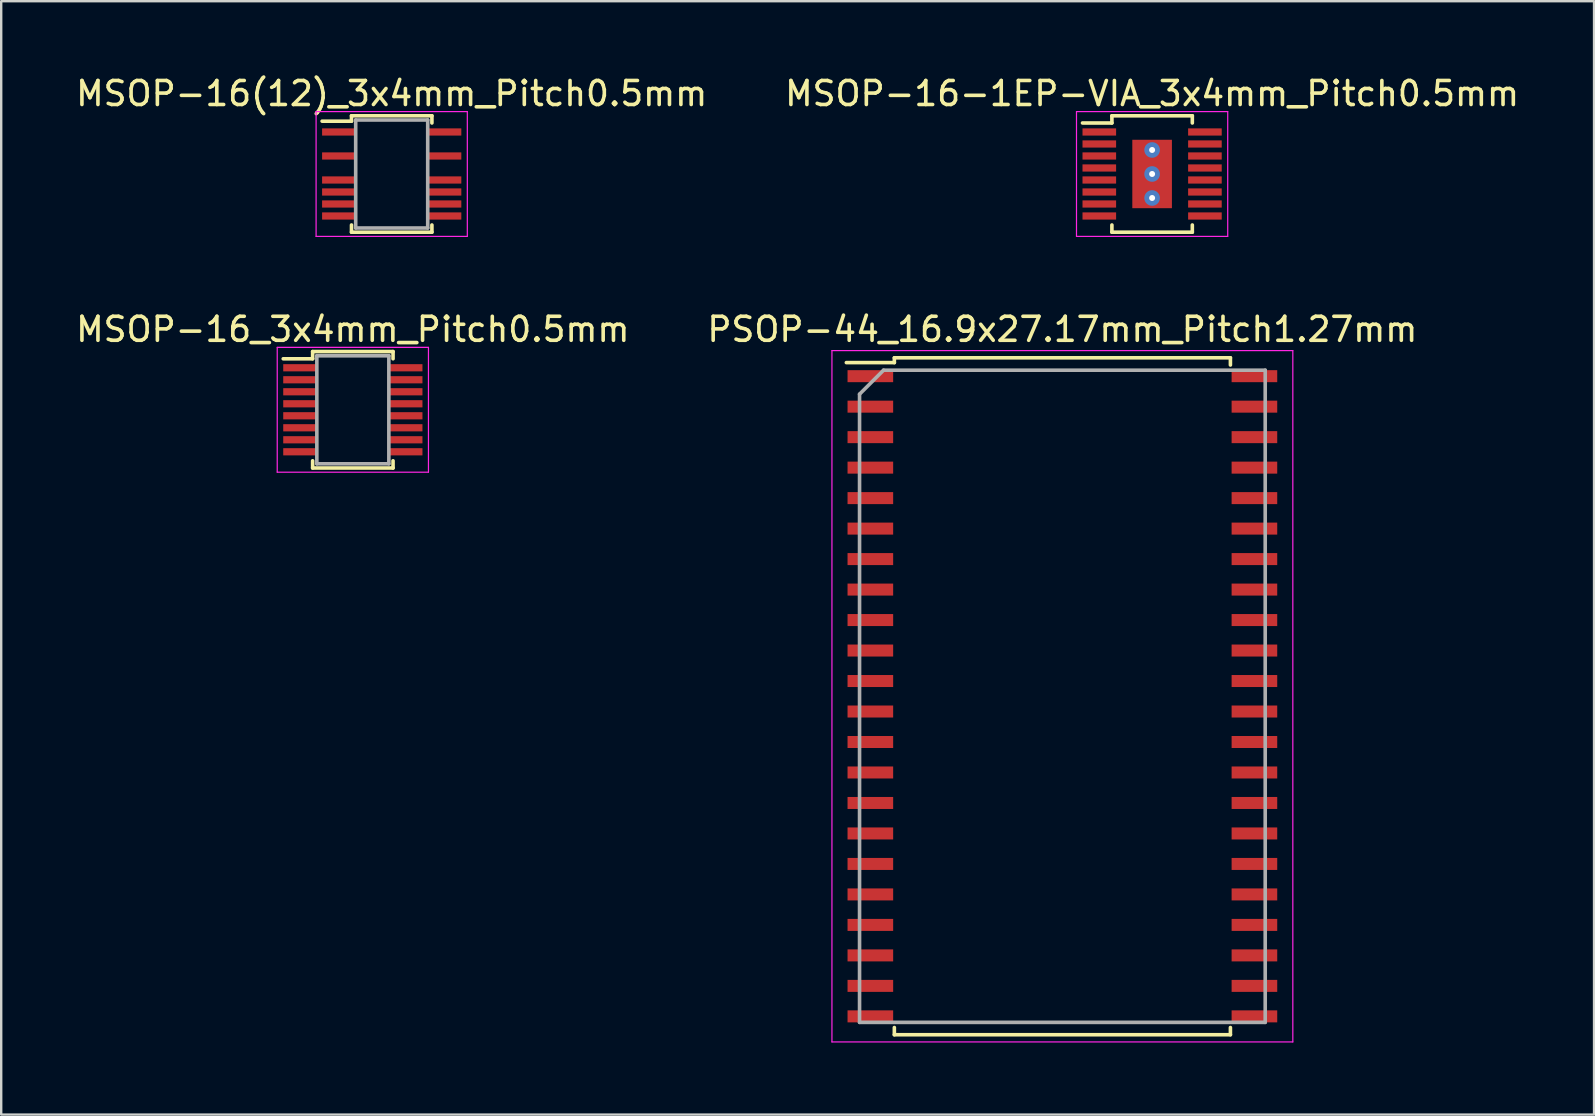
<source format=kicad_pcb>
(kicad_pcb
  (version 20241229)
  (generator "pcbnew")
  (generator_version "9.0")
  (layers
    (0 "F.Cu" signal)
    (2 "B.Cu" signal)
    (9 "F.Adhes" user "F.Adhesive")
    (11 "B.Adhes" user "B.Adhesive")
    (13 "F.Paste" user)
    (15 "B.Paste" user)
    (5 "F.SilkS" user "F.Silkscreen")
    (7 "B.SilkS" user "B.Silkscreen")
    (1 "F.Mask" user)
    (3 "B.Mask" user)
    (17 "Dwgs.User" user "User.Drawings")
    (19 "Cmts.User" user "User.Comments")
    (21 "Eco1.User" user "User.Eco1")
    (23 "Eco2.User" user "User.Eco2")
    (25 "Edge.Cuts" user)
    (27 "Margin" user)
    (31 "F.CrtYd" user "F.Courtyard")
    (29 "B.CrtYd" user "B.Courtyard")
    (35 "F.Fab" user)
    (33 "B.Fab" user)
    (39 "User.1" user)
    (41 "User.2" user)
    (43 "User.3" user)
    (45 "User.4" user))
  (footprint "MSOP-16(12)_3x4mm_Pitch0.5mm"
    (layer "F.Cu")
    (at 13.268 4.198)
    (property "Reference" "MSOP-16(12)_3x4mm_Pitch0.5mm" (at 0 -3.35 0) (layer "F.SilkS") (effects (font (size 1 1) (thickness 0.15))))
    (attr smd)
    (fp_line (start -1.675 -2.425) (end -1.675 -2.2) (stroke (width 0.15) (type solid)) (layer "F.SilkS"))
    (fp_line (start -1.675 -2.425) (end 1.675 -2.425) (stroke (width 0.15) (type solid)) (layer "F.SilkS"))
    (fp_line (start -1.675 -2.2) (end -2.9 -2.2) (stroke (width 0.15) (type solid)) (layer "F.SilkS"))
    (fp_line (start -1.675 2.425) (end -1.675 2.125) (stroke (width 0.15) (type solid)) (layer "F.SilkS"))
    (fp_line (start -1.675 2.425) (end 1.675 2.425) (stroke (width 0.15) (type solid)) (layer "F.SilkS"))
    (fp_line (start 1.675 -2.425) (end 1.675 -2.125) (stroke (width 0.15) (type solid)) (layer "F.SilkS"))
    (fp_line (start 1.675 2.425) (end 1.675 2.125) (stroke (width 0.15) (type solid)) (layer "F.SilkS"))
    (fp_line (start -3.15 -2.6) (end -3.15 2.6) (stroke (width 0.05) (type solid)) (layer "F.CrtYd"))
    (fp_line (start -3.15 -2.6) (end 3.15 -2.6) (stroke (width 0.05) (type solid)) (layer "F.CrtYd"))
    (fp_line (start -3.15 2.6) (end 3.15 2.6) (stroke (width 0.05) (type solid)) (layer "F.CrtYd"))
    (fp_line (start 3.15 -2.6) (end 3.15 2.6) (stroke (width 0.05) (type solid)) (layer "F.CrtYd"))
    (fp_line (start -1.5 -2.25) (end 1.5 -2.25) (stroke (width 0.15) (type solid)) (layer "F.Fab"))
    (fp_line (start -1.5 2.25) (end -1.5 -2.25) (stroke (width 0.15) (type solid)) (layer "F.Fab"))
    (fp_line (start 1.5 -2.25) (end 1.5 2.25) (stroke (width 0.15) (type solid)) (layer "F.Fab"))
    (fp_line (start 1.5 2.25) (end -1.5 2.25) (stroke (width 0.15) (type solid)) (layer "F.Fab"))
    (pad "1" smd rect (at -2.2 -1.75) (size 1.4 0.3) (layers "F.Cu" "F.Mask" "F.Paste"))
    (pad "3" smd rect (at -2.2 -0.75) (size 1.4 0.3) (layers "F.Cu" "F.Mask" "F.Paste"))
    (pad "5" smd rect (at -2.2 0.25) (size 1.4 0.3) (layers "F.Cu" "F.Mask" "F.Paste"))
    (pad "6" smd rect (at -2.2 0.75) (size 1.4 0.3) (layers "F.Cu" "F.Mask" "F.Paste"))
    (pad "7" smd rect (at -2.2 1.25) (size 1.4 0.3) (layers "F.Cu" "F.Mask" "F.Paste"))
    (pad "8" smd rect (at -2.2 1.75) (size 1.4 0.3) (layers "F.Cu" "F.Mask" "F.Paste"))
    (pad "9" smd rect (at 2.2 1.75) (size 1.4 0.3) (layers "F.Cu" "F.Mask" "F.Paste"))
    (pad "10" smd rect (at 2.2 1.25) (size 1.4 0.3) (layers "F.Cu" "F.Mask" "F.Paste"))
    (pad "11" smd rect (at 2.2 0.75) (size 1.4 0.3) (layers "F.Cu" "F.Mask" "F.Paste"))
    (pad "12" smd rect (at 2.2 0.25) (size 1.4 0.3) (layers "F.Cu" "F.Mask" "F.Paste"))
    (pad "14" smd rect (at 2.2 -0.75) (size 1.4 0.3) (layers "F.Cu" "F.Mask" "F.Paste"))
    (pad "16" smd rect (at 2.2 -1.75) (size 1.4 0.3) (layers "F.Cu" "F.Mask" "F.Paste")))
  (footprint "MSOP-16_3x4mm_Pitch0.5mm"
    (layer "F.Cu")
    (at 11.649 14.021)
    (property "Reference" "MSOP-16_3x4mm_Pitch0.5mm" (at 0 -3.35 0) (layer "F.SilkS") (effects (font (size 1 1) (thickness 0.15))))
    (attr smd)
    (fp_line (start -1.675 -2.425) (end -1.675 -2.125) (stroke (width 0.15) (type solid)) (layer "F.SilkS"))
    (fp_line (start -1.675 -2.425) (end 1.675 -2.425) (stroke (width 0.15) (type solid)) (layer "F.SilkS"))
    (fp_line (start -1.675 -2.125) (end -2.9 -2.125) (stroke (width 0.15) (type solid)) (layer "F.SilkS"))
    (fp_line (start -1.675 2.425) (end -1.675 2.125) (stroke (width 0.15) (type solid)) (layer "F.SilkS"))
    (fp_line (start -1.675 2.425) (end 1.675 2.425) (stroke (width 0.15) (type solid)) (layer "F.SilkS"))
    (fp_line (start 1.675 -2.425) (end 1.675 -2.125) (stroke (width 0.15) (type solid)) (layer "F.SilkS"))
    (fp_line (start 1.675 2.425) (end 1.675 2.125) (stroke (width 0.15) (type solid)) (layer "F.SilkS"))
    (fp_line (start -3.15 -2.6) (end -3.15 2.6) (stroke (width 0.05) (type solid)) (layer "F.CrtYd"))
    (fp_line (start -3.15 -2.6) (end 3.15 -2.6) (stroke (width 0.05) (type solid)) (layer "F.CrtYd"))
    (fp_line (start -3.15 2.6) (end 3.15 2.6) (stroke (width 0.05) (type solid)) (layer "F.CrtYd"))
    (fp_line (start 3.15 -2.6) (end 3.15 2.6) (stroke (width 0.05) (type solid)) (layer "F.CrtYd"))
    (fp_line (start -1.5 -2.25) (end 1.5 -2.25) (stroke (width 0.15) (type solid)) (layer "F.Fab"))
    (fp_line (start -1.5 2.25) (end -1.5 -2.25) (stroke (width 0.15) (type solid)) (layer "F.Fab"))
    (fp_line (start 1.5 -2.25) (end 1.5 2.25) (stroke (width 0.15) (type solid)) (layer "F.Fab"))
    (fp_line (start 1.5 2.25) (end -1.5 2.25) (stroke (width 0.15) (type solid)) (layer "F.Fab"))
    (pad "1" smd rect (at -2.2 -1.75) (size 1.4 0.3) (layers "F.Cu" "F.Mask" "F.Paste"))
    (pad "2" smd rect (at -2.2 -1.25) (size 1.4 0.3) (layers "F.Cu" "F.Mask" "F.Paste"))
    (pad "3" smd rect (at -2.2 -0.75) (size 1.4 0.3) (layers "F.Cu" "F.Mask" "F.Paste"))
    (pad "4" smd rect (at -2.2 -0.25) (size 1.4 0.3) (layers "F.Cu" "F.Mask" "F.Paste"))
    (pad "5" smd rect (at -2.2 0.25) (size 1.4 0.3) (layers "F.Cu" "F.Mask" "F.Paste"))
    (pad "6" smd rect (at -2.2 0.75) (size 1.4 0.3) (layers "F.Cu" "F.Mask" "F.Paste"))
    (pad "7" smd rect (at -2.2 1.25) (size 1.4 0.3) (layers "F.Cu" "F.Mask" "F.Paste"))
    (pad "8" smd rect (at -2.2 1.75) (size 1.4 0.3) (layers "F.Cu" "F.Mask" "F.Paste"))
    (pad "9" smd rect (at 2.2 1.75) (size 1.4 0.3) (layers "F.Cu" "F.Mask" "F.Paste"))
    (pad "10" smd rect (at 2.2 1.25) (size 1.4 0.3) (layers "F.Cu" "F.Mask" "F.Paste"))
    (pad "11" smd rect (at 2.2 0.75) (size 1.4 0.3) (layers "F.Cu" "F.Mask" "F.Paste"))
    (pad "12" smd rect (at 2.2 0.25) (size 1.4 0.3) (layers "F.Cu" "F.Mask" "F.Paste"))
    (pad "13" smd rect (at 2.2 -0.25) (size 1.4 0.3) (layers "F.Cu" "F.Mask" "F.Paste"))
    (pad "14" smd rect (at 2.2 -0.75) (size 1.4 0.3) (layers "F.Cu" "F.Mask" "F.Paste"))
    (pad "15" smd rect (at 2.2 -1.25) (size 1.4 0.3) (layers "F.Cu" "F.Mask" "F.Paste"))
    (pad "16" smd rect (at 2.2 -1.75) (size 1.4 0.3) (layers "F.Cu" "F.Mask" "F.Paste")))
  (footprint "MSOP-16-1EP-VIA_3x4mm_Pitch0.5mm"
    (layer "F.Cu")
    (at 44.946 4.198)
    (property "Reference" "MSOP-16-1EP-VIA_3x4mm_Pitch0.5mm" (at 0 -3.35 0) (layer "F.SilkS") (effects (font (size 1 1) (thickness 0.15))))
    (attr smd)
    (fp_line (start -1.675 -2.425) (end -1.675 -2.125) (stroke (width 0.15) (type solid)) (layer "F.SilkS"))
    (fp_line (start -1.675 -2.425) (end 1.675 -2.425) (stroke (width 0.15) (type solid)) (layer "F.SilkS"))
    (fp_line (start -1.675 -2.125) (end -2.9 -2.125) (stroke (width 0.15) (type solid)) (layer "F.SilkS"))
    (fp_line (start -1.675 2.425) (end -1.675 2.125) (stroke (width 0.15) (type solid)) (layer "F.SilkS"))
    (fp_line (start -1.675 2.425) (end 1.675 2.425) (stroke (width 0.15) (type solid)) (layer "F.SilkS"))
    (fp_line (start 1.675 -2.425) (end 1.675 -2.125) (stroke (width 0.15) (type solid)) (layer "F.SilkS"))
    (fp_line (start 1.675 2.425) (end 1.675 2.125) (stroke (width 0.15) (type solid)) (layer "F.SilkS"))
    (fp_line (start -3.15 -2.6) (end -3.15 2.6) (stroke (width 0.05) (type solid)) (layer "F.CrtYd"))
    (fp_line (start -3.15 -2.6) (end 3.15 -2.6) (stroke (width 0.05) (type solid)) (layer "F.CrtYd"))
    (fp_line (start -3.15 2.6) (end 3.15 2.6) (stroke (width 0.05) (type solid)) (layer "F.CrtYd"))
    (fp_line (start 3.15 -2.6) (end 3.15 2.6) (stroke (width 0.05) (type solid)) (layer "F.CrtYd"))
    (pad "1" smd rect (at -2.2 -1.75) (size 1.4 0.3) (layers "F.Cu" "F.Mask" "F.Paste"))
    (pad "2" smd rect (at -2.2 -1.25) (size 1.4 0.3) (layers "F.Cu" "F.Mask" "F.Paste"))
    (pad "3" smd rect (at -2.2 -0.75) (size 1.4 0.3) (layers "F.Cu" "F.Mask" "F.Paste"))
    (pad "4" smd rect (at -2.2 -0.25) (size 1.4 0.3) (layers "F.Cu" "F.Mask" "F.Paste"))
    (pad "5" smd rect (at -2.2 0.25) (size 1.4 0.3) (layers "F.Cu" "F.Mask" "F.Paste"))
    (pad "6" smd rect (at -2.2 0.75) (size 1.4 0.3) (layers "F.Cu" "F.Mask" "F.Paste"))
    (pad "7" smd rect (at -2.2 1.25) (size 1.4 0.3) (layers "F.Cu" "F.Mask" "F.Paste"))
    (pad "8" smd rect (at -2.2 1.75) (size 1.4 0.3) (layers "F.Cu" "F.Mask" "F.Paste"))
    (pad "9" smd rect (at 2.2 1.75) (size 1.4 0.3) (layers "F.Cu" "F.Mask" "F.Paste"))
    (pad "10" smd rect (at 2.2 1.25) (size 1.4 0.3) (layers "F.Cu" "F.Mask" "F.Paste"))
    (pad "11" smd rect (at 2.2 0.75) (size 1.4 0.3) (layers "F.Cu" "F.Mask" "F.Paste"))
    (pad "12" smd rect (at 2.2 0.25) (size 1.4 0.3) (layers "F.Cu" "F.Mask" "F.Paste"))
    (pad "13" smd rect (at 2.2 -0.25) (size 1.4 0.3) (layers "F.Cu" "F.Mask" "F.Paste"))
    (pad "14" smd rect (at 2.2 -0.75) (size 1.4 0.3) (layers "F.Cu" "F.Mask" "F.Paste"))
    (pad "15" smd rect (at 2.2 -1.25) (size 1.4 0.3) (layers "F.Cu" "F.Mask" "F.Paste"))
    (pad "16" smd rect (at 2.2 -1.75) (size 1.4 0.3) (layers "F.Cu" "F.Mask" "F.Paste"))
    (pad "17" thru_hole circle (at 0 -1) (size 0.65 0.65) (drill 0.25) (layers "*.Cu" "*.Paste" "*.Mask"))
    (pad "17" thru_hole circle (at 0 0) (size 0.65 0.65) (drill 0.25) (layers "*.Cu" "*.Paste" "*.Mask"))
    (pad "17" smd rect (at 0 0) (size 1.65 2.85) (layers "F.Cu" "F.Mask" "F.Paste"))
    (pad "17" thru_hole circle (at 0 1) (size 0.65 0.65) (drill 0.25) (layers "*.Cu" "*.Paste" "*.Mask")))
  (footprint "PSOP-44_16.9x27.17mm_Pitch1.27mm"
    (layer "F.Cu")
    (at 41.208 25.956)
    (property "Reference" "PSOP-44_16.9x27.17mm_Pitch1.27mm" (at 0 -15.285 0) (layer "F.SilkS") (effects (font (size 1 1) (thickness 0.15))))
    (attr smd)
    (fp_line (start -7 -14.1) (end -7 -13.9) (stroke (width 0.15) (type solid)) (layer "F.SilkS"))
    (fp_line (start -7 -14.1) (end 7 -14.1) (stroke (width 0.15) (type solid)) (layer "F.SilkS"))
    (fp_line (start -7 -13.9) (end -9 -13.9) (stroke (width 0.15) (type solid)) (layer "F.SilkS"))
    (fp_line (start -7 13.8) (end -7 14.1) (stroke (width 0.15) (type solid)) (layer "F.SilkS"))
    (fp_line (start -7 14.1) (end 7 14.1) (stroke (width 0.15) (type solid)) (layer "F.SilkS"))
    (fp_line (start 7 -14.1) (end 7 -13.8) (stroke (width 0.15) (type solid)) (layer "F.SilkS"))
    (fp_line (start 7 13.8) (end 7 14.1) (stroke (width 0.15) (type solid)) (layer "F.SilkS"))
    (fp_line (start -9.6 -14.4) (end -9.6 14.4) (stroke (width 0.05) (type solid)) (layer "F.CrtYd"))
    (fp_line (start -9.6 -14.4) (end 9.6 -14.4) (stroke (width 0.05) (type solid)) (layer "F.CrtYd"))
    (fp_line (start -9.6 14.4) (end 9.6 14.4) (stroke (width 0.05) (type solid)) (layer "F.CrtYd"))
    (fp_line (start 9.6 -14.4) (end 9.6 14.4) (stroke (width 0.05) (type solid)) (layer "F.CrtYd"))
    (fp_line (start -8.45 -12.585) (end -7.45 -13.585) (stroke (width 0.15) (type solid)) (layer "F.Fab"))
    (fp_line (start -8.45 13.585) (end -8.45 -12.585) (stroke (width 0.15) (type solid)) (layer "F.Fab"))
    (fp_line (start -7.45 -13.585) (end 8.45 -13.585) (stroke (width 0.15) (type solid)) (layer "F.Fab"))
    (fp_line (start 8.45 -13.585) (end 8.45 13.585) (stroke (width 0.15) (type solid)) (layer "F.Fab"))
    (fp_line (start 8.45 13.585) (end -8.45 13.585) (stroke (width 0.15) (type solid)) (layer "F.Fab"))
    (pad "1" smd rect (at -8 -13.335 270) (size 0.5 1.9) (layers "F.Cu" "F.Mask" "F.Paste"))
    (pad "2" smd rect (at -8 -12.065 270) (size 0.5 1.9) (layers "F.Cu" "F.Mask" "F.Paste"))
    (pad "3" smd rect (at -8 -10.795 270) (size 0.5 1.9) (layers "F.Cu" "F.Mask" "F.Paste"))
    (pad "4" smd rect (at -8 -9.525 270) (size 0.5 1.9) (layers "F.Cu" "F.Mask" "F.Paste"))
    (pad "5" smd rect (at -8 -8.255 270) (size 0.5 1.9) (layers "F.Cu" "F.Mask" "F.Paste"))
    (pad "6" smd rect (at -8 -6.985 270) (size 0.5 1.9) (layers "F.Cu" "F.Mask" "F.Paste"))
    (pad "7" smd rect (at -8 -5.715 270) (size 0.5 1.9) (layers "F.Cu" "F.Mask" "F.Paste"))
    (pad "8" smd rect (at -8 -4.445 270) (size 0.5 1.9) (layers "F.Cu" "F.Mask" "F.Paste"))
    (pad "9" smd rect (at -8 -3.175 270) (size 0.5 1.9) (layers "F.Cu" "F.Mask" "F.Paste"))
    (pad "10" smd rect (at -8 -1.905 270) (size 0.5 1.9) (layers "F.Cu" "F.Mask" "F.Paste"))
    (pad "11" smd rect (at -8 -0.635 270) (size 0.5 1.9) (layers "F.Cu" "F.Mask" "F.Paste"))
    (pad "12" smd rect (at -8 0.635 270) (size 0.5 1.9) (layers "F.Cu" "F.Mask" "F.Paste"))
    (pad "13" smd rect (at -8 1.905 270) (size 0.5 1.9) (layers "F.Cu" "F.Mask" "F.Paste"))
    (pad "14" smd rect (at -8 3.175 270) (size 0.5 1.9) (layers "F.Cu" "F.Mask" "F.Paste"))
    (pad "15" smd rect (at -8 4.445 270) (size 0.5 1.9) (layers "F.Cu" "F.Mask" "F.Paste"))
    (pad "16" smd rect (at -8 5.715 270) (size 0.5 1.9) (layers "F.Cu" "F.Mask" "F.Paste"))
    (pad "17" smd rect (at -8 6.985 270) (size 0.5 1.9) (layers "F.Cu" "F.Mask" "F.Paste"))
    (pad "18" smd rect (at -8 8.255 270) (size 0.5 1.9) (layers "F.Cu" "F.Mask" "F.Paste"))
    (pad "19" smd rect (at -8 9.525 270) (size 0.5 1.9) (layers "F.Cu" "F.Mask" "F.Paste"))
    (pad "20" smd rect (at -8 10.795 270) (size 0.5 1.9) (layers "F.Cu" "F.Mask" "F.Paste"))
    (pad "21" smd rect (at -8 12.065 270) (size 0.5 1.9) (layers "F.Cu" "F.Mask" "F.Paste"))
    (pad "22" smd rect (at -8 13.335 270) (size 0.5 1.9) (layers "F.Cu" "F.Mask" "F.Paste"))
    (pad "23" smd rect (at 8 13.335 270) (size 0.5 1.9) (layers "F.Cu" "F.Mask" "F.Paste"))
    (pad "24" smd rect (at 8 12.065 270) (size 0.5 1.9) (layers "F.Cu" "F.Mask" "F.Paste"))
    (pad "25" smd rect (at 8 10.795 270) (size 0.5 1.9) (layers "F.Cu" "F.Mask" "F.Paste"))
    (pad "26" smd rect (at 8 9.525 270) (size 0.5 1.9) (layers "F.Cu" "F.Mask" "F.Paste"))
    (pad "27" smd rect (at 8 8.255 270) (size 0.5 1.9) (layers "F.Cu" "F.Mask" "F.Paste"))
    (pad "28" smd rect (at 8 6.985 270) (size 0.5 1.9) (layers "F.Cu" "F.Mask" "F.Paste"))
    (pad "29" smd rect (at 8 5.715 270) (size 0.5 1.9) (layers "F.Cu" "F.Mask" "F.Paste"))
    (pad "30" smd rect (at 8 4.445 270) (size 0.5 1.9) (layers "F.Cu" "F.Mask" "F.Paste"))
    (pad "31" smd rect (at 8 3.175 270) (size 0.5 1.9) (layers "F.Cu" "F.Mask" "F.Paste"))
    (pad "32" smd rect (at 8 1.905 270) (size 0.5 1.9) (layers "F.Cu" "F.Mask" "F.Paste"))
    (pad "33" smd rect (at 8 0.635 270) (size 0.5 1.9) (layers "F.Cu" "F.Mask" "F.Paste"))
    (pad "34" smd rect (at 8 -0.635 270) (size 0.5 1.9) (layers "F.Cu" "F.Mask" "F.Paste"))
    (pad "35" smd rect (at 8 -1.905 270) (size 0.5 1.9) (layers "F.Cu" "F.Mask" "F.Paste"))
    (pad "36" smd rect (at 8 -3.175 270) (size 0.5 1.9) (layers "F.Cu" "F.Mask" "F.Paste"))
    (pad "37" smd rect (at 8 -4.445 270) (size 0.5 1.9) (layers "F.Cu" "F.Mask" "F.Paste"))
    (pad "38" smd rect (at 8 -5.715 270) (size 0.5 1.9) (layers "F.Cu" "F.Mask" "F.Paste"))
    (pad "39" smd rect (at 8 -6.985 270) (size 0.5 1.9) (layers "F.Cu" "F.Mask" "F.Paste"))
    (pad "40" smd rect (at 8 -8.255 270) (size 0.5 1.9) (layers "F.Cu" "F.Mask" "F.Paste"))
    (pad "41" smd rect (at 8 -9.525 270) (size 0.5 1.9) (layers "F.Cu" "F.Mask" "F.Paste"))
    (pad "42" smd rect (at 8 -10.795 270) (size 0.5 1.9) (layers "F.Cu" "F.Mask" "F.Paste"))
    (pad "43" smd rect (at 8 -12.065 270) (size 0.5 1.9) (layers "F.Cu" "F.Mask" "F.Paste"))
    (pad "44" smd rect (at 8 -13.335 270) (size 0.5 1.9) (layers "F.Cu" "F.Mask" "F.Paste")))
  (gr_rect
    (start -3 -3)
    (end 63.357 43.382)
    (stroke (width 0.1) (type default))
    (fill no)
    (layer "Edge.Cuts")))
</source>
